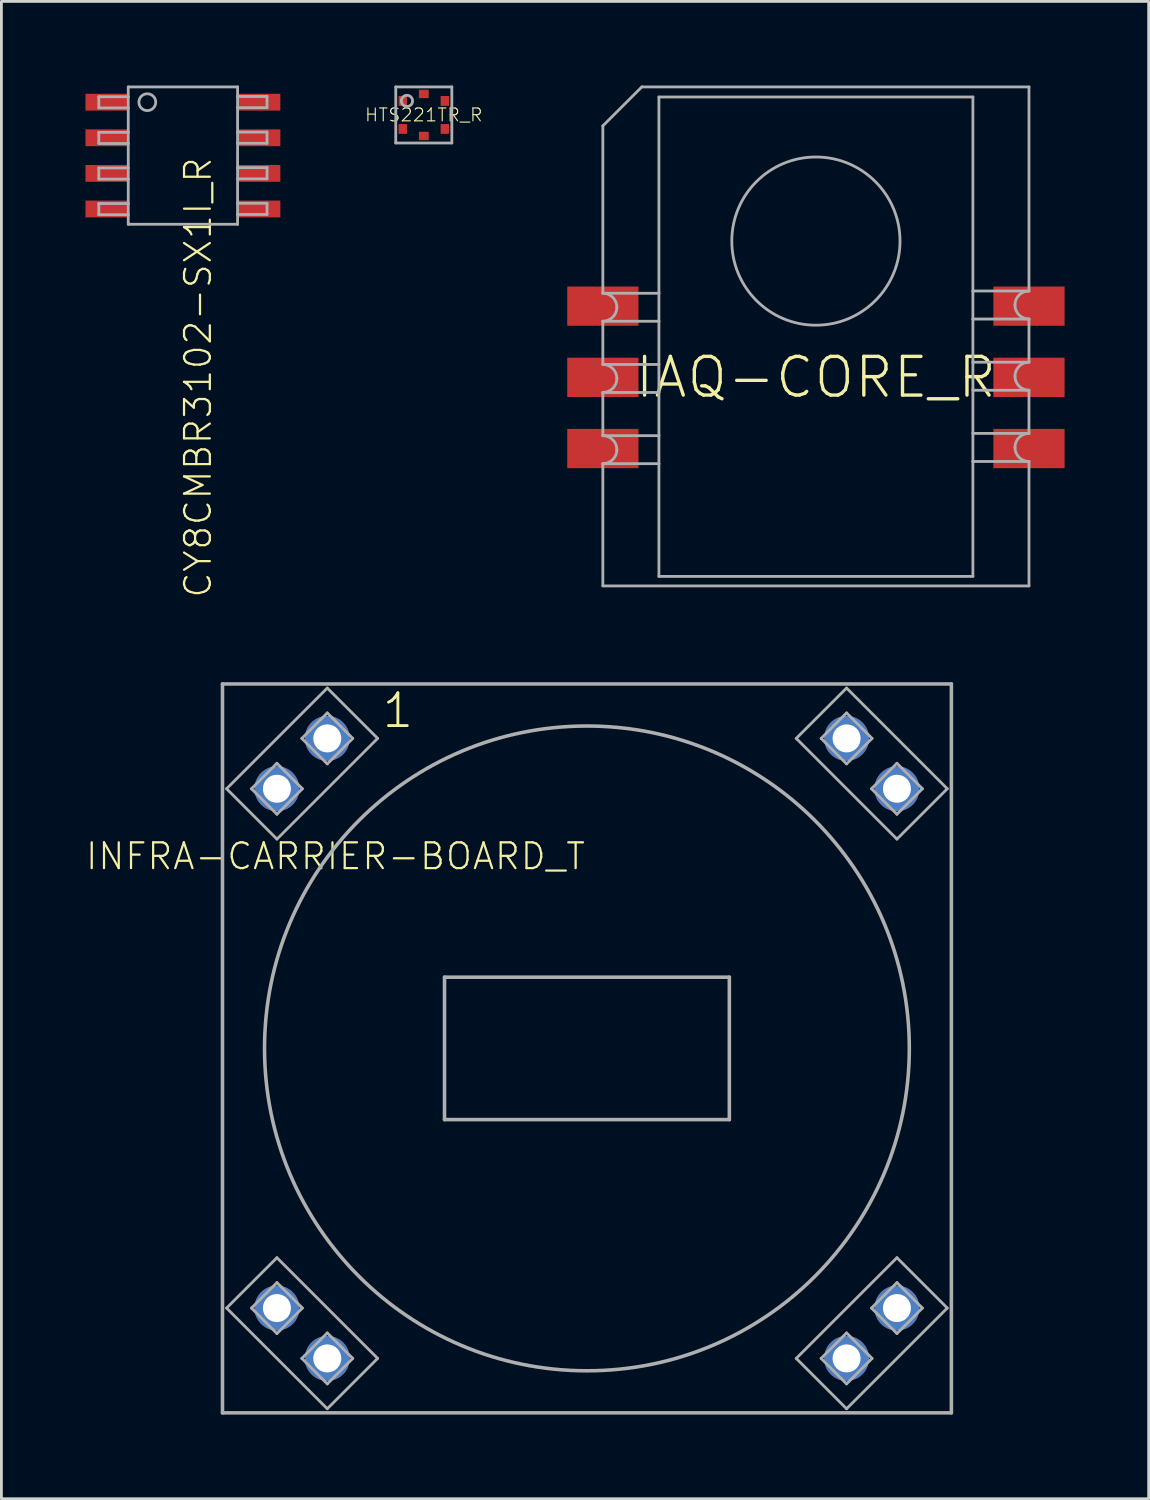
<source format=kicad_pcb>
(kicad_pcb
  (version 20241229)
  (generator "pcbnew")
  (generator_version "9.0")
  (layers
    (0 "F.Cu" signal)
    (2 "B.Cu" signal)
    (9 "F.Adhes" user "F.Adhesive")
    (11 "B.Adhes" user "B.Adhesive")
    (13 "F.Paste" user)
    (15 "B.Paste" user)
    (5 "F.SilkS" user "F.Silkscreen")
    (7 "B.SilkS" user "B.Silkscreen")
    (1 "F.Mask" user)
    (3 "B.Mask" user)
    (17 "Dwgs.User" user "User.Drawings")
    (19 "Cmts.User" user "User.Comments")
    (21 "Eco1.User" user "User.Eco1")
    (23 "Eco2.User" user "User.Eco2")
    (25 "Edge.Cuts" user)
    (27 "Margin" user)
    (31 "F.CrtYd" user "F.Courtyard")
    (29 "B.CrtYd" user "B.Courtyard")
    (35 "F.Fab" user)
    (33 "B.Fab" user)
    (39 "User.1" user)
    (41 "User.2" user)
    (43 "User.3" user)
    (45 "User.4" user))
  (footprint "IAQ-CORE_R"
    (layer "F.Cu")
    (at 26.054 10.41)
    (property "Reference" "IAQ-CORE_R" (at 0 0 0) (unlocked yes) (layer "F.SilkS") (effects (font (size 1.38 1.38) (thickness 0.12))))
    (fp_line (start -7.6 -8.97) (end -7.6 -3) (stroke (width 0.1) (type solid)) (layer "F.Fab"))
    (fp_line (start -7.6 -8.97) (end -6.21 -10.36) (stroke (width 0.1) (type solid)) (layer "F.Fab"))
    (fp_line (start -7.6 -3) (end -5.6 -3) (stroke (width 0.1) (type solid)) (layer "F.Fab"))
    (fp_line (start -7.6 -2) (end -7.6 -0.46) (stroke (width 0.1) (type solid)) (layer "F.Fab"))
    (fp_line (start -7.6 -2) (end -5.6 -2) (stroke (width 0.1) (type solid)) (layer "F.Fab"))
    (fp_line (start -7.6 -0.46) (end -5.6 -0.46) (stroke (width 0.1) (type solid)) (layer "F.Fab"))
    (fp_line (start -7.6 0.54) (end -7.6 2.08) (stroke (width 0.1) (type solid)) (layer "F.Fab"))
    (fp_line (start -7.6 0.54) (end -5.6 0.54) (stroke (width 0.1) (type solid)) (layer "F.Fab"))
    (fp_line (start -7.6 2.08) (end -5.6 2.08) (stroke (width 0.1) (type solid)) (layer "F.Fab"))
    (fp_line (start -7.6 3.08) (end -7.6 7.44) (stroke (width 0.1) (type solid)) (layer "F.Fab"))
    (fp_line (start -7.6 3.08) (end -5.6 3.08) (stroke (width 0.1) (type solid)) (layer "F.Fab"))
    (fp_line (start -5.6 -10) (end 5.6 -10) (stroke (width 0.1) (type solid)) (layer "F.Fab"))
    (fp_line (start -5.6 -3) (end -5.6 -10) (stroke (width 0.1) (type solid)) (layer "F.Fab"))
    (fp_line (start -5.6 -2) (end -5.6 -3) (stroke (width 0.1) (type solid)) (layer "F.Fab"))
    (fp_line (start -5.6 -0.46) (end -5.6 -2) (stroke (width 0.1) (type solid)) (layer "F.Fab"))
    (fp_line (start -5.6 0.54) (end -5.6 -0.46) (stroke (width 0.1) (type solid)) (layer "F.Fab"))
    (fp_line (start -5.6 2.08) (end -5.6 0.54) (stroke (width 0.1) (type solid)) (layer "F.Fab"))
    (fp_line (start -5.6 3.08) (end -5.6 2.08) (stroke (width 0.1) (type solid)) (layer "F.Fab"))
    (fp_line (start -5.6 7.1) (end -5.6 3.08) (stroke (width 0.1) (type solid)) (layer "F.Fab"))
    (fp_line (start 5.6 -10) (end 5.6 -3.08) (stroke (width 0.1) (type solid)) (layer "F.Fab"))
    (fp_line (start 5.6 -3.08) (end 5.6 -2.08) (stroke (width 0.1) (type solid)) (layer "F.Fab"))
    (fp_line (start 5.6 -2.08) (end 5.6 -0.54) (stroke (width 0.1) (type solid)) (layer "F.Fab"))
    (fp_line (start 5.6 -0.54) (end 5.6 0.46) (stroke (width 0.1) (type solid)) (layer "F.Fab"))
    (fp_line (start 5.6 0.46) (end 5.6 2) (stroke (width 0.1) (type solid)) (layer "F.Fab"))
    (fp_line (start 5.6 2) (end 5.6 3) (stroke (width 0.1) (type solid)) (layer "F.Fab"))
    (fp_line (start 5.6 3) (end 5.6 7.1) (stroke (width 0.1) (type solid)) (layer "F.Fab"))
    (fp_line (start 5.6 7.1) (end -5.6 7.1) (stroke (width 0.1) (type solid)) (layer "F.Fab"))
    (fp_line (start 7.6 -10.36) (end -6.21 -10.36) (stroke (width 0.1) (type solid)) (layer "F.Fab"))
    (fp_line (start 7.6 -10.36) (end 7.6 -3.08) (stroke (width 0.1) (type solid)) (layer "F.Fab"))
    (fp_line (start 7.6 -3.08) (end 5.6 -3.08) (stroke (width 0.1) (type solid)) (layer "F.Fab"))
    (fp_line (start 7.6 -2.08) (end 5.6 -2.08) (stroke (width 0.1) (type solid)) (layer "F.Fab"))
    (fp_line (start 7.6 -2.08) (end 7.6 -0.54) (stroke (width 0.1) (type solid)) (layer "F.Fab"))
    (fp_line (start 7.6 -0.54) (end 5.6 -0.54) (stroke (width 0.1) (type solid)) (layer "F.Fab"))
    (fp_line (start 7.6 0.46) (end 5.6 0.46) (stroke (width 0.1) (type solid)) (layer "F.Fab"))
    (fp_line (start 7.6 0.46) (end 7.6 2) (stroke (width 0.1) (type solid)) (layer "F.Fab"))
    (fp_line (start 7.6 2) (end 5.6 2) (stroke (width 0.1) (type solid)) (layer "F.Fab"))
    (fp_line (start 7.6 3) (end 5.6 3) (stroke (width 0.1) (type solid)) (layer "F.Fab"))
    (fp_line (start 7.6 3) (end 7.6 7.44) (stroke (width 0.1) (type solid)) (layer "F.Fab"))
    (fp_line (start 7.6 7.44) (end -7.6 7.44) (stroke (width 0.1) (type solid)) (layer "F.Fab"))
    (fp_arc (start -7.6 -3) (mid -7.246447 -2.853553) (end -7.1 -2.5) (stroke (width 0.1) (type solid)) (layer "F.Fab"))
    (fp_arc (start -7.6 -0.46) (mid -7.246447 -0.313553) (end -7.1 0.04) (stroke (width 0.1) (type solid)) (layer "F.Fab"))
    (fp_arc (start -7.6 2.08) (mid -7.246447 2.226447) (end -7.1 2.58) (stroke (width 0.1) (type solid)) (layer "F.Fab"))
    (fp_arc (start -7.1 -2.5) (mid -7.246447 -2.146447) (end -7.6 -2) (stroke (width 0.1) (type solid)) (layer "F.Fab"))
    (fp_arc (start -7.1 2.58) (mid -7.246447 2.933553) (end -7.6 3.08) (stroke (width 0.1) (type solid)) (layer "F.Fab"))
    (fp_arc (start -7.099999 0.039999) (mid -7.246446 0.393553) (end -7.6 0.54) (stroke (width 0.1) (type solid)) (layer "F.Fab"))
    (fp_arc (start 7.099999 -0.039999) (mid 7.246446 -0.393553) (end 7.6 -0.54) (stroke (width 0.1) (type solid)) (layer "F.Fab"))
    (fp_arc (start 7.1 -2.58) (mid 7.246447 -2.933553) (end 7.6 -3.08) (stroke (width 0.1) (type solid)) (layer "F.Fab"))
    (fp_arc (start 7.1 2.5) (mid 7.246447 2.146447) (end 7.6 2) (stroke (width 0.1) (type solid)) (layer "F.Fab"))
    (fp_arc (start 7.6 -2.08) (mid 7.246447 -2.226447) (end 7.1 -2.58) (stroke (width 0.1) (type solid)) (layer "F.Fab"))
    (fp_arc (start 7.6 0.46) (mid 7.246447 0.313553) (end 7.1 -0.04) (stroke (width 0.1) (type solid)) (layer "F.Fab"))
    (fp_arc (start 7.6 3) (mid 7.246447 2.853553) (end 7.1 2.5) (stroke (width 0.1) (type solid)) (layer "F.Fab"))
    (fp_circle (center 0 -4.86) (end 3 -4.86) (stroke (width 0.1) (type solid)) (fill no) (layer "F.Fab"))
    (pad "1" smd rect (at -7.6 -2.54 90) (size 1.4 2.54) (layers "F.Cu" "F.Mask" "F.Paste"))
    (pad "2" smd rect (at -7.6 0 90) (size 1.4 2.54) (layers "F.Cu" "F.Mask" "F.Paste"))
    (pad "3" smd rect (at -7.6 2.54 90) (size 1.4 2.54) (layers "F.Cu" "F.Mask" "F.Paste"))
    (pad "4" smd rect (at 7.6 2.54 90) (size 1.4 2.54) (layers "F.Cu" "F.Mask" "F.Paste"))
    (pad "5" smd rect (at 7.6 0 90) (size 1.4 2.54) (layers "F.Cu" "F.Mask" "F.Paste"))
    (pad "6" smd rect (at 7.6 -2.54 90) (size 1.4 2.54) (layers "F.Cu" "F.Mask" "F.Paste")))
  (footprint "INFRA-CARRIER-BOARD_T"
    (layer "F.Cu")
    (at 17.886 34.347)
    (property "Reference" "INFRA-CARRIER-BOARD_T" (at 0 -7.391 0) (unlocked yes) (layer "F.SilkS") (effects (font (size 0.92 0.92) (thickness 0.08)) (justify right top)))
    (fp_line (start -13 -13) (end 13 -13) (stroke (width 0.127) (type solid)) (layer "F.Fab"))
    (fp_line (start -13 13) (end -13 -13) (stroke (width 0.127) (type solid)) (layer "F.Fab"))
    (fp_line (start -12.854 -9.262) (end -11.058 -7.466) (stroke (width 0.1) (type solid)) (layer "F.Fab"))
    (fp_line (start -12.854 9.262) (end -9.262 12.854) (stroke (width 0.1) (type solid)) (layer "F.Fab"))
    (fp_line (start -11.967 -9.262) (end -11.058 -8.353) (stroke (width 0.1) (type solid)) (layer "F.Fab"))
    (fp_line (start -11.967 9.262) (end -11.058 10.171) (stroke (width 0.1) (type solid)) (layer "F.Fab"))
    (fp_line (start -11.058 -10.171) (end -11.967 -9.262) (stroke (width 0.1) (type solid)) (layer "F.Fab"))
    (fp_line (start -11.058 -8.353) (end -10.149 -9.262) (stroke (width 0.1) (type solid)) (layer "F.Fab"))
    (fp_line (start -11.058 -7.466) (end -7.466 -11.058) (stroke (width 0.1) (type solid)) (layer "F.Fab"))
    (fp_line (start -11.058 7.466) (end -12.854 9.262) (stroke (width 0.1) (type solid)) (layer "F.Fab"))
    (fp_line (start -11.058 8.353) (end -11.967 9.262) (stroke (width 0.1) (type solid)) (layer "F.Fab"))
    (fp_line (start -11.058 10.171) (end -10.149 9.262) (stroke (width 0.1) (type solid)) (layer "F.Fab"))
    (fp_line (start -10.171 -11.058) (end -9.262 -10.149) (stroke (width 0.1) (type solid)) (layer "F.Fab"))
    (fp_line (start -10.171 11.058) (end -9.262 11.967) (stroke (width 0.1) (type solid)) (layer "F.Fab"))
    (fp_line (start -10.149 -9.262) (end -11.058 -10.171) (stroke (width 0.1) (type solid)) (layer "F.Fab"))
    (fp_line (start -10.149 9.262) (end -11.058 8.353) (stroke (width 0.1) (type solid)) (layer "F.Fab"))
    (fp_line (start -9.262 -12.854) (end -12.854 -9.262) (stroke (width 0.1) (type solid)) (layer "F.Fab"))
    (fp_line (start -9.262 -11.967) (end -10.171 -11.058) (stroke (width 0.1) (type solid)) (layer "F.Fab"))
    (fp_line (start -9.262 -10.149) (end -8.353 -11.058) (stroke (width 0.1) (type solid)) (layer "F.Fab"))
    (fp_line (start -9.262 10.149) (end -10.171 11.058) (stroke (width 0.1) (type solid)) (layer "F.Fab"))
    (fp_line (start -9.262 11.967) (end -8.353 11.058) (stroke (width 0.1) (type solid)) (layer "F.Fab"))
    (fp_line (start -9.262 12.854) (end -7.466 11.058) (stroke (width 0.1) (type solid)) (layer "F.Fab"))
    (fp_line (start -8.353 -11.058) (end -9.262 -11.967) (stroke (width 0.1) (type solid)) (layer "F.Fab"))
    (fp_line (start -8.353 11.058) (end -9.262 10.149) (stroke (width 0.1) (type solid)) (layer "F.Fab"))
    (fp_line (start -7.466 -11.058) (end -9.262 -12.854) (stroke (width 0.1) (type solid)) (layer "F.Fab"))
    (fp_line (start -7.466 11.058) (end -11.058 7.466) (stroke (width 0.1) (type solid)) (layer "F.Fab"))
    (fp_line (start -5.08 -2.54) (end 5.08 -2.54) (stroke (width 0.127) (type solid)) (layer "F.Fab"))
    (fp_line (start -5.08 2.54) (end -5.08 -2.54) (stroke (width 0.127) (type solid)) (layer "F.Fab"))
    (fp_line (start 5.08 -2.54) (end 5.08 2.54) (stroke (width 0.127) (type solid)) (layer "F.Fab"))
    (fp_line (start 5.08 2.54) (end -5.08 2.54) (stroke (width 0.127) (type solid)) (layer "F.Fab"))
    (fp_line (start 7.466 -11.058) (end 11.058 -7.466) (stroke (width 0.1) (type solid)) (layer "F.Fab"))
    (fp_line (start 7.466 11.058) (end 9.262 12.854) (stroke (width 0.1) (type solid)) (layer "F.Fab"))
    (fp_line (start 8.353 -11.058) (end 9.262 -10.149) (stroke (width 0.1) (type solid)) (layer "F.Fab"))
    (fp_line (start 8.353 11.058) (end 9.262 11.967) (stroke (width 0.1) (type solid)) (layer "F.Fab"))
    (fp_line (start 9.262 -12.854) (end 7.466 -11.058) (stroke (width 0.1) (type solid)) (layer "F.Fab"))
    (fp_line (start 9.262 -11.967) (end 8.353 -11.058) (stroke (width 0.1) (type solid)) (layer "F.Fab"))
    (fp_line (start 9.262 -10.149) (end 10.171 -11.058) (stroke (width 0.1) (type solid)) (layer "F.Fab"))
    (fp_line (start 9.262 10.149) (end 8.353 11.058) (stroke (width 0.1) (type solid)) (layer "F.Fab"))
    (fp_line (start 9.262 11.967) (end 10.171 11.058) (stroke (width 0.1) (type solid)) (layer "F.Fab"))
    (fp_line (start 9.262 12.854) (end 12.854 9.262) (stroke (width 0.1) (type solid)) (layer "F.Fab"))
    (fp_line (start 10.149 -9.262) (end 11.058 -8.353) (stroke (width 0.1) (type solid)) (layer "F.Fab"))
    (fp_line (start 10.149 9.262) (end 11.058 10.171) (stroke (width 0.1) (type solid)) (layer "F.Fab"))
    (fp_line (start 10.171 -11.058) (end 9.262 -11.967) (stroke (width 0.1) (type solid)) (layer "F.Fab"))
    (fp_line (start 10.171 11.058) (end 9.262 10.149) (stroke (width 0.1) (type solid)) (layer "F.Fab"))
    (fp_line (start 11.058 -10.171) (end 10.149 -9.262) (stroke (width 0.1) (type solid)) (layer "F.Fab"))
    (fp_line (start 11.058 -8.353) (end 11.967 -9.262) (stroke (width 0.1) (type solid)) (layer "F.Fab"))
    (fp_line (start 11.058 -7.466) (end 12.854 -9.262) (stroke (width 0.1) (type solid)) (layer "F.Fab"))
    (fp_line (start 11.058 7.466) (end 7.466 11.058) (stroke (width 0.1) (type solid)) (layer "F.Fab"))
    (fp_line (start 11.058 8.353) (end 10.149 9.262) (stroke (width 0.1) (type solid)) (layer "F.Fab"))
    (fp_line (start 11.058 10.171) (end 11.967 9.262) (stroke (width 0.1) (type solid)) (layer "F.Fab"))
    (fp_line (start 11.967 -9.262) (end 11.058 -10.171) (stroke (width 0.1) (type solid)) (layer "F.Fab"))
    (fp_line (start 11.967 9.262) (end 11.058 8.353) (stroke (width 0.1) (type solid)) (layer "F.Fab"))
    (fp_line (start 12.854 -9.262) (end 9.262 -12.854) (stroke (width 0.1) (type solid)) (layer "F.Fab"))
    (fp_line (start 12.854 9.262) (end 11.058 7.466) (stroke (width 0.1) (type solid)) (layer "F.Fab"))
    (fp_line (start 13 -13) (end 13 13) (stroke (width 0.127) (type solid)) (layer "F.Fab"))
    (fp_line (start 13 13) (end -13 13) (stroke (width 0.127) (type solid)) (layer "F.Fab"))
    (fp_circle (center 0 0) (end 11.5 0) (stroke (width 0.127) (type solid)) (fill no) (layer "F.Fab"))
    (fp_text user "1" (at -7.367 -11.368 0) (layer "F.SilkS") (effects (font (size 1.168 1.168) (thickness 0.102)) (justify left bottom)))
    (pad "1" thru_hole circle (at -9.262 -11.058 135) (size 1.6 1.6) (drill 1) (layers "*.Cu" "*.Mask"))
    (pad "2" thru_hole circle (at -11.058 -9.262 135) (size 1.6 1.6) (drill 1) (layers "*.Cu" "*.Mask"))
    (pad "3" thru_hole circle (at -11.058 9.262 225) (size 1.6 1.6) (drill 1) (layers "*.Cu" "*.Mask"))
    (pad "4" thru_hole circle (at -9.262 11.058 225) (size 1.6 1.6) (drill 1) (layers "*.Cu" "*.Mask"))
    (pad "5" thru_hole circle (at 9.262 11.058 315) (size 1.6 1.6) (drill 1) (layers "*.Cu" "*.Mask"))
    (pad "6" thru_hole circle (at 11.058 9.262 315) (size 1.6 1.6) (drill 1) (layers "*.Cu" "*.Mask"))
    (pad "7" thru_hole circle (at 11.058 -9.262 45) (size 1.6 1.6) (drill 1) (layers "*.Cu" "*.Mask"))
    (pad "8" thru_hole circle (at 9.262 -11.058 45) (size 1.6 1.6) (drill 1) (layers "*.Cu" "*.Mask")))
  (footprint "CY8CMBR3102-SX1I_R"
    (layer "F.Cu")
    (at 3.475 2.5)
    (property "Reference" "CY8CMBR3102-SX1I_R" (at 0 0 90) (unlocked yes) (layer "F.SilkS") (effects (font (size 0.92 0.92) (thickness 0.08)) (justify right top)))
    (fp_poly (pts (xy -3.45 -2.18) (xy -3.45 -1.63) (xy -1.95 -1.63) (xy -1.95 -2.18)) (stroke (width 0) (type default)) (fill yes) (layer "F.Paste"))
    (fp_poly (pts (xy -3.45 -0.91) (xy -3.45 -0.36) (xy -1.95 -0.36) (xy -1.95 -0.91)) (stroke (width 0) (type default)) (fill yes) (layer "F.Paste"))
    (fp_poly (pts (xy -3.45 0.36) (xy -3.45 0.91) (xy -1.95 0.91) (xy -1.95 0.36)) (stroke (width 0) (type default)) (fill yes) (layer "F.Paste"))
    (fp_poly (pts (xy -3.45 1.63) (xy -3.45 2.18) (xy -1.95 2.18) (xy -1.95 1.63)) (stroke (width 0) (type default)) (fill yes) (layer "F.Paste"))
    (fp_poly (pts (xy 1.95 -2.18) (xy 1.95 -1.63) (xy 3.45 -1.63) (xy 3.45 -2.18)) (stroke (width 0) (type default)) (fill yes) (layer "F.Paste"))
    (fp_poly (pts (xy 1.95 -0.91) (xy 1.95 -0.36) (xy 3.45 -0.36) (xy 3.45 -0.91)) (stroke (width 0) (type default)) (fill yes) (layer "F.Paste"))
    (fp_poly (pts (xy 1.95 0.36) (xy 1.95 0.91) (xy 3.45 0.91) (xy 3.45 0.36)) (stroke (width 0) (type default)) (fill yes) (layer "F.Paste"))
    (fp_poly (pts (xy 1.95 1.63) (xy 1.95 2.18) (xy 3.45 2.18) (xy 3.45 1.63)) (stroke (width 0) (type default)) (fill yes) (layer "F.Paste"))
    (fp_line (start -3 -2.1) (end -3 -1.7) (stroke (width 0.1) (type solid)) (layer "F.Fab"))
    (fp_line (start -3 -1.7) (end -1.95 -1.7) (stroke (width 0.1) (type solid)) (layer "F.Fab"))
    (fp_line (start -3 -0.83) (end -3 -0.43) (stroke (width 0.1) (type solid)) (layer "F.Fab"))
    (fp_line (start -3 -0.43) (end -1.95 -0.43) (stroke (width 0.1) (type solid)) (layer "F.Fab"))
    (fp_line (start -3 0.44) (end -3 0.84) (stroke (width 0.1) (type solid)) (layer "F.Fab"))
    (fp_line (start -3 0.84) (end -1.95 0.84) (stroke (width 0.1) (type solid)) (layer "F.Fab"))
    (fp_line (start -3 1.71) (end -3 2.11) (stroke (width 0.1) (type solid)) (layer "F.Fab"))
    (fp_line (start -3 2.11) (end -1.95 2.11) (stroke (width 0.1) (type solid)) (layer "F.Fab"))
    (fp_line (start -1.95 -2.45) (end -1.95 -2.1) (stroke (width 0.1) (type solid)) (layer "F.Fab"))
    (fp_line (start -1.95 -2.1) (end -3 -2.1) (stroke (width 0.1) (type solid)) (layer "F.Fab"))
    (fp_line (start -1.95 -2.1) (end -1.95 -1.7) (stroke (width 0.1) (type solid)) (layer "F.Fab"))
    (fp_line (start -1.95 -1.7) (end -1.95 -0.83) (stroke (width 0.1) (type solid)) (layer "F.Fab"))
    (fp_line (start -1.95 -0.83) (end -3 -0.83) (stroke (width 0.1) (type solid)) (layer "F.Fab"))
    (fp_line (start -1.95 -0.83) (end -1.95 -0.43) (stroke (width 0.1) (type solid)) (layer "F.Fab"))
    (fp_line (start -1.95 -0.43) (end -1.95 0.44) (stroke (width 0.1) (type solid)) (layer "F.Fab"))
    (fp_line (start -1.95 0.44) (end -3 0.44) (stroke (width 0.1) (type solid)) (layer "F.Fab"))
    (fp_line (start -1.95 0.44) (end -1.95 0.84) (stroke (width 0.1) (type solid)) (layer "F.Fab"))
    (fp_line (start -1.95 0.84) (end -1.95 1.71) (stroke (width 0.1) (type solid)) (layer "F.Fab"))
    (fp_line (start -1.95 1.71) (end -3 1.71) (stroke (width 0.1) (type solid)) (layer "F.Fab"))
    (fp_line (start -1.95 1.71) (end -1.95 2.11) (stroke (width 0.1) (type solid)) (layer "F.Fab"))
    (fp_line (start -1.95 2.11) (end -1.95 2.45) (stroke (width 0.1) (type solid)) (layer "F.Fab"))
    (fp_line (start -1.95 2.45) (end 1.95 2.45) (stroke (width 0.1) (type solid)) (layer "F.Fab"))
    (fp_line (start 1.95 -2.45) (end -1.95 -2.45) (stroke (width 0.1) (type solid)) (layer "F.Fab"))
    (fp_line (start 1.95 -2.11) (end 1.95 -2.45) (stroke (width 0.1) (type solid)) (layer "F.Fab"))
    (fp_line (start 1.95 -1.71) (end 1.95 -2.11) (stroke (width 0.1) (type solid)) (layer "F.Fab"))
    (fp_line (start 1.95 -1.71) (end 3 -1.71) (stroke (width 0.1) (type solid)) (layer "F.Fab"))
    (fp_line (start 1.95 -0.84) (end 1.95 -1.71) (stroke (width 0.1) (type solid)) (layer "F.Fab"))
    (fp_line (start 1.95 -0.44) (end 1.95 -0.84) (stroke (width 0.1) (type solid)) (layer "F.Fab"))
    (fp_line (start 1.95 -0.44) (end 3 -0.44) (stroke (width 0.1) (type solid)) (layer "F.Fab"))
    (fp_line (start 1.95 0.43) (end 1.95 -0.44) (stroke (width 0.1) (type solid)) (layer "F.Fab"))
    (fp_line (start 1.95 0.83) (end 1.95 0.43) (stroke (width 0.1) (type solid)) (layer "F.Fab"))
    (fp_line (start 1.95 0.83) (end 3 0.83) (stroke (width 0.1) (type solid)) (layer "F.Fab"))
    (fp_line (start 1.95 1.7) (end 1.95 0.83) (stroke (width 0.1) (type solid)) (layer "F.Fab"))
    (fp_line (start 1.95 2.1) (end 1.95 1.7) (stroke (width 0.1) (type solid)) (layer "F.Fab"))
    (fp_line (start 1.95 2.1) (end 3 2.1) (stroke (width 0.1) (type solid)) (layer "F.Fab"))
    (fp_line (start 1.95 2.45) (end 1.95 2.1) (stroke (width 0.1) (type solid)) (layer "F.Fab"))
    (fp_line (start 3 -2.11) (end 1.95 -2.11) (stroke (width 0.1) (type solid)) (layer "F.Fab"))
    (fp_line (start 3 -1.71) (end 3 -2.11) (stroke (width 0.1) (type solid)) (layer "F.Fab"))
    (fp_line (start 3 -0.84) (end 1.95 -0.84) (stroke (width 0.1) (type solid)) (layer "F.Fab"))
    (fp_line (start 3 -0.44) (end 3 -0.84) (stroke (width 0.1) (type solid)) (layer "F.Fab"))
    (fp_line (start 3 0.43) (end 1.95 0.43) (stroke (width 0.1) (type solid)) (layer "F.Fab"))
    (fp_line (start 3 0.83) (end 3 0.43) (stroke (width 0.1) (type solid)) (layer "F.Fab"))
    (fp_line (start 3 1.7) (end 1.95 1.7) (stroke (width 0.1) (type solid)) (layer "F.Fab"))
    (fp_line (start 3 2.1) (end 3 1.7) (stroke (width 0.1) (type solid)) (layer "F.Fab"))
    (fp_circle (center -1.27 -1.905) (end -0.97 -1.905) (stroke (width 0.1) (type solid)) (fill no) (layer "F.Fab"))
    (pad "1" smd rect (at -2.7 -1.905 270) (size 0.6 1.55) (layers "F.Cu" "F.Mask"))
    (pad "2" smd rect (at -2.7 -0.635 270) (size 0.6 1.55) (layers "F.Cu" "F.Mask"))
    (pad "3" smd rect (at -2.7 0.635 270) (size 0.6 1.55) (layers "F.Cu" "F.Mask"))
    (pad "4" smd rect (at -2.7 1.905 270) (size 0.6 1.55) (layers "F.Cu" "F.Mask"))
    (pad "5" smd rect (at 2.7 1.905 270) (size 0.6 1.55) (layers "F.Cu" "F.Mask"))
    (pad "6" smd rect (at 2.7 0.635 270) (size 0.6 1.55) (layers "F.Cu" "F.Mask"))
    (pad "7" smd rect (at 2.7 -0.635 270) (size 0.6 1.55) (layers "F.Cu" "F.Mask"))
    (pad "8" smd rect (at 2.7 -1.905 270) (size 0.6 1.55) (layers "F.Cu" "F.Mask")))
  (footprint "HTS221TR_R"
    (layer "F.Cu")
    (at 12.067 1.05)
    (property "Reference" "HTS221TR_R" (at 0 0 0) (unlocked yes) (layer "F.SilkS") (effects (font (size 0.46 0.46) (thickness 0.04))))
    (fp_line (start -1 -1) (end -1 1) (stroke (width 0.1) (type solid)) (layer "F.Fab"))
    (fp_line (start -1 1) (end 1 1) (stroke (width 0.1) (type solid)) (layer "F.Fab"))
    (fp_line (start 1 -1) (end -1 -1) (stroke (width 0.1) (type solid)) (layer "F.Fab"))
    (fp_line (start 1 1) (end 1 -1) (stroke (width 0.1) (type solid)) (layer "F.Fab"))
    (fp_circle (center -0.6 -0.5) (end -0.4 -0.5) (stroke (width 0.1) (type solid)) (fill no) (layer "F.Fab"))
    (pad "1" smd rect (at -0.75 -0.5 180) (size 0.3 0.35) (layers "F.Cu" "F.Mask" "F.Paste"))
    (pad "2" smd rect (at -0.75 0.5 180) (size 0.3 0.35) (layers "F.Cu" "F.Mask" "F.Paste"))
    (pad "3" smd rect (at 0 0.75 90) (size 0.3 0.35) (layers "F.Cu" "F.Mask" "F.Paste"))
    (pad "4" smd rect (at 0.75 0.5 180) (size 0.3 0.35) (layers "F.Cu" "F.Mask" "F.Paste"))
    (pad "5" smd rect (at 0.75 -0.5 180) (size 0.3 0.35) (layers "F.Cu" "F.Mask" "F.Paste"))
    (pad "6" smd rect (at 0 -0.75 90) (size 0.3 0.35) (layers "F.Cu" "F.Mask" "F.Paste")))
  (gr_rect
    (start -3 -3)
    (end 37.924 50.411)
    (stroke (width 0.1) (type default))
    (fill no)
    (layer "Edge.Cuts")))
</source>
